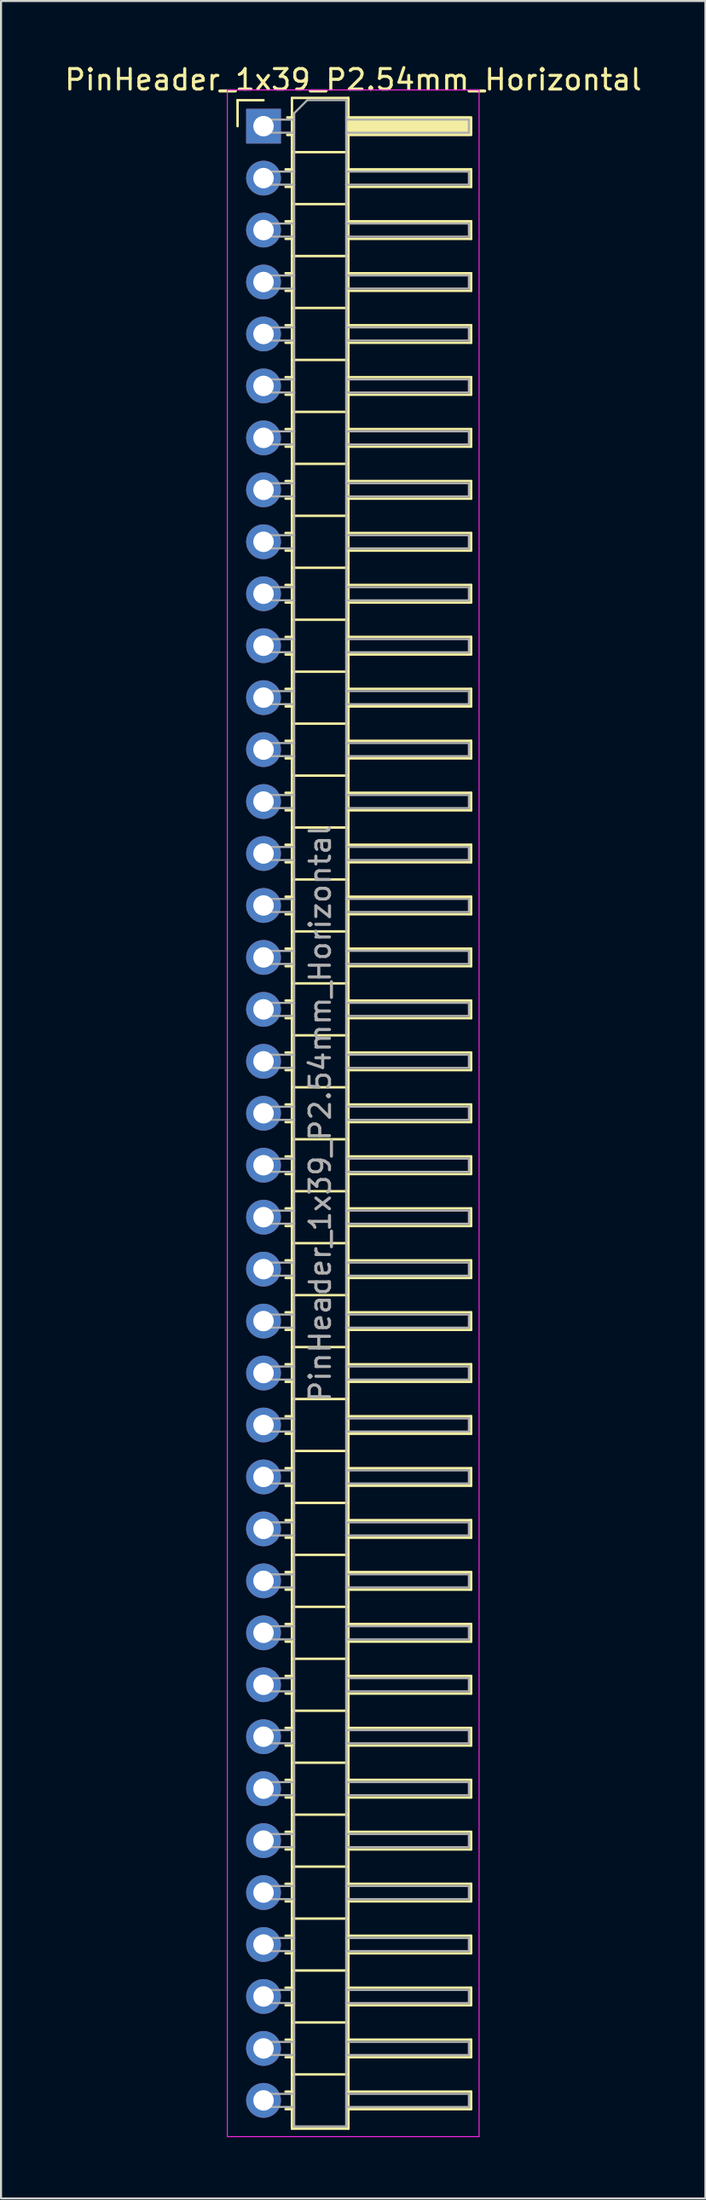
<source format=kicad_pcb>
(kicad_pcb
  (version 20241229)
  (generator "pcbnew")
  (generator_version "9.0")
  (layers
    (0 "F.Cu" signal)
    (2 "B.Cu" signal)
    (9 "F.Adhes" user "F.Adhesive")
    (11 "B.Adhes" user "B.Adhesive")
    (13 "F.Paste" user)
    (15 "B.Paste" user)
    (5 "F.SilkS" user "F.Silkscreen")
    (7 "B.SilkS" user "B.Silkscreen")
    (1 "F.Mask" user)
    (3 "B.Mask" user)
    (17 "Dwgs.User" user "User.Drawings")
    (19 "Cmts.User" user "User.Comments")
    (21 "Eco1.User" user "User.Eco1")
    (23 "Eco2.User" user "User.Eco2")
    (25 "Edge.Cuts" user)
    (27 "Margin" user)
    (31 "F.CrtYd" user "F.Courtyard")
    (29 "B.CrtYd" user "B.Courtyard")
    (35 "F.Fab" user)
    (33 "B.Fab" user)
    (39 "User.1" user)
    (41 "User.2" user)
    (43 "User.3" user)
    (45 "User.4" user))
  (footprint "PinHeader_1x39_P2.54mm_Horizontal"
    (layer "F.Cu")
    (at 9.835 3.118)
    (property "Reference" "PinHeader_1x39_P2.54mm_Horizontal" (at 4.385 -2.27 0) (layer "F.SilkS") (effects (font (size 1 1) (thickness 0.15))))
    (attr through_hole)
    (fp_line (start -1.27 -1.27) (end 0 -1.27) (stroke (width 0.12) (type solid)) (layer "F.SilkS"))
    (fp_line (start -1.27 0) (end -1.27 -1.27) (stroke (width 0.12) (type solid)) (layer "F.SilkS"))
    (fp_line (start 1.077 2.11) (end 1.39 2.11) (stroke (width 0.12) (type solid)) (layer "F.SilkS"))
    (fp_line (start 1.077 2.97) (end 1.39 2.97) (stroke (width 0.12) (type solid)) (layer "F.SilkS"))
    (fp_line (start 1.077 4.65) (end 1.39 4.65) (stroke (width 0.12) (type solid)) (layer "F.SilkS"))
    (fp_line (start 1.077 5.51) (end 1.39 5.51) (stroke (width 0.12) (type solid)) (layer "F.SilkS"))
    (fp_line (start 1.077 7.19) (end 1.39 7.19) (stroke (width 0.12) (type solid)) (layer "F.SilkS"))
    (fp_line (start 1.077 8.05) (end 1.39 8.05) (stroke (width 0.12) (type solid)) (layer "F.SilkS"))
    (fp_line (start 1.077 9.73) (end 1.39 9.73) (stroke (width 0.12) (type solid)) (layer "F.SilkS"))
    (fp_line (start 1.077 10.59) (end 1.39 10.59) (stroke (width 0.12) (type solid)) (layer "F.SilkS"))
    (fp_line (start 1.077 12.27) (end 1.39 12.27) (stroke (width 0.12) (type solid)) (layer "F.SilkS"))
    (fp_line (start 1.077 13.13) (end 1.39 13.13) (stroke (width 0.12) (type solid)) (layer "F.SilkS"))
    (fp_line (start 1.077 14.81) (end 1.39 14.81) (stroke (width 0.12) (type solid)) (layer "F.SilkS"))
    (fp_line (start 1.077 15.67) (end 1.39 15.67) (stroke (width 0.12) (type solid)) (layer "F.SilkS"))
    (fp_line (start 1.077 17.35) (end 1.39 17.35) (stroke (width 0.12) (type solid)) (layer "F.SilkS"))
    (fp_line (start 1.077 18.21) (end 1.39 18.21) (stroke (width 0.12) (type solid)) (layer "F.SilkS"))
    (fp_line (start 1.077 19.89) (end 1.39 19.89) (stroke (width 0.12) (type solid)) (layer "F.SilkS"))
    (fp_line (start 1.077 20.75) (end 1.39 20.75) (stroke (width 0.12) (type solid)) (layer "F.SilkS"))
    (fp_line (start 1.077 22.43) (end 1.39 22.43) (stroke (width 0.12) (type solid)) (layer "F.SilkS"))
    (fp_line (start 1.077 23.29) (end 1.39 23.29) (stroke (width 0.12) (type solid)) (layer "F.SilkS"))
    (fp_line (start 1.077 24.97) (end 1.39 24.97) (stroke (width 0.12) (type solid)) (layer "F.SilkS"))
    (fp_line (start 1.077 25.83) (end 1.39 25.83) (stroke (width 0.12) (type solid)) (layer "F.SilkS"))
    (fp_line (start 1.077 27.51) (end 1.39 27.51) (stroke (width 0.12) (type solid)) (layer "F.SilkS"))
    (fp_line (start 1.077 28.37) (end 1.39 28.37) (stroke (width 0.12) (type solid)) (layer "F.SilkS"))
    (fp_line (start 1.077 30.05) (end 1.39 30.05) (stroke (width 0.12) (type solid)) (layer "F.SilkS"))
    (fp_line (start 1.077 30.91) (end 1.39 30.91) (stroke (width 0.12) (type solid)) (layer "F.SilkS"))
    (fp_line (start 1.077 32.59) (end 1.39 32.59) (stroke (width 0.12) (type solid)) (layer "F.SilkS"))
    (fp_line (start 1.077 33.45) (end 1.39 33.45) (stroke (width 0.12) (type solid)) (layer "F.SilkS"))
    (fp_line (start 1.077 35.13) (end 1.39 35.13) (stroke (width 0.12) (type solid)) (layer "F.SilkS"))
    (fp_line (start 1.077 35.99) (end 1.39 35.99) (stroke (width 0.12) (type solid)) (layer "F.SilkS"))
    (fp_line (start 1.077 37.67) (end 1.39 37.67) (stroke (width 0.12) (type solid)) (layer "F.SilkS"))
    (fp_line (start 1.077 38.53) (end 1.39 38.53) (stroke (width 0.12) (type solid)) (layer "F.SilkS"))
    (fp_line (start 1.077 40.21) (end 1.39 40.21) (stroke (width 0.12) (type solid)) (layer "F.SilkS"))
    (fp_line (start 1.077 41.07) (end 1.39 41.07) (stroke (width 0.12) (type solid)) (layer "F.SilkS"))
    (fp_line (start 1.077 42.75) (end 1.39 42.75) (stroke (width 0.12) (type solid)) (layer "F.SilkS"))
    (fp_line (start 1.077 43.61) (end 1.39 43.61) (stroke (width 0.12) (type solid)) (layer "F.SilkS"))
    (fp_line (start 1.077 45.29) (end 1.39 45.29) (stroke (width 0.12) (type solid)) (layer "F.SilkS"))
    (fp_line (start 1.077 46.15) (end 1.39 46.15) (stroke (width 0.12) (type solid)) (layer "F.SilkS"))
    (fp_line (start 1.077 47.83) (end 1.39 47.83) (stroke (width 0.12) (type solid)) (layer "F.SilkS"))
    (fp_line (start 1.077 48.69) (end 1.39 48.69) (stroke (width 0.12) (type solid)) (layer "F.SilkS"))
    (fp_line (start 1.077 50.37) (end 1.39 50.37) (stroke (width 0.12) (type solid)) (layer "F.SilkS"))
    (fp_line (start 1.077 51.23) (end 1.39 51.23) (stroke (width 0.12) (type solid)) (layer "F.SilkS"))
    (fp_line (start 1.077 52.91) (end 1.39 52.91) (stroke (width 0.12) (type solid)) (layer "F.SilkS"))
    (fp_line (start 1.077 53.77) (end 1.39 53.77) (stroke (width 0.12) (type solid)) (layer "F.SilkS"))
    (fp_line (start 1.077 55.45) (end 1.39 55.45) (stroke (width 0.12) (type solid)) (layer "F.SilkS"))
    (fp_line (start 1.077 56.31) (end 1.39 56.31) (stroke (width 0.12) (type solid)) (layer "F.SilkS"))
    (fp_line (start 1.077 57.99) (end 1.39 57.99) (stroke (width 0.12) (type solid)) (layer "F.SilkS"))
    (fp_line (start 1.077 58.85) (end 1.39 58.85) (stroke (width 0.12) (type solid)) (layer "F.SilkS"))
    (fp_line (start 1.077 60.53) (end 1.39 60.53) (stroke (width 0.12) (type solid)) (layer "F.SilkS"))
    (fp_line (start 1.077 61.39) (end 1.39 61.39) (stroke (width 0.12) (type solid)) (layer "F.SilkS"))
    (fp_line (start 1.077 63.07) (end 1.39 63.07) (stroke (width 0.12) (type solid)) (layer "F.SilkS"))
    (fp_line (start 1.077 63.93) (end 1.39 63.93) (stroke (width 0.12) (type solid)) (layer "F.SilkS"))
    (fp_line (start 1.077 65.61) (end 1.39 65.61) (stroke (width 0.12) (type solid)) (layer "F.SilkS"))
    (fp_line (start 1.077 66.47) (end 1.39 66.47) (stroke (width 0.12) (type solid)) (layer "F.SilkS"))
    (fp_line (start 1.077 68.15) (end 1.39 68.15) (stroke (width 0.12) (type solid)) (layer "F.SilkS"))
    (fp_line (start 1.077 69.01) (end 1.39 69.01) (stroke (width 0.12) (type solid)) (layer "F.SilkS"))
    (fp_line (start 1.077 70.69) (end 1.39 70.69) (stroke (width 0.12) (type solid)) (layer "F.SilkS"))
    (fp_line (start 1.077 71.55) (end 1.39 71.55) (stroke (width 0.12) (type solid)) (layer "F.SilkS"))
    (fp_line (start 1.077 73.23) (end 1.39 73.23) (stroke (width 0.12) (type solid)) (layer "F.SilkS"))
    (fp_line (start 1.077 74.09) (end 1.39 74.09) (stroke (width 0.12) (type solid)) (layer "F.SilkS"))
    (fp_line (start 1.077 75.77) (end 1.39 75.77) (stroke (width 0.12) (type solid)) (layer "F.SilkS"))
    (fp_line (start 1.077 76.63) (end 1.39 76.63) (stroke (width 0.12) (type solid)) (layer "F.SilkS"))
    (fp_line (start 1.077 78.31) (end 1.39 78.31) (stroke (width 0.12) (type solid)) (layer "F.SilkS"))
    (fp_line (start 1.077 79.17) (end 1.39 79.17) (stroke (width 0.12) (type solid)) (layer "F.SilkS"))
    (fp_line (start 1.077 80.85) (end 1.39 80.85) (stroke (width 0.12) (type solid)) (layer "F.SilkS"))
    (fp_line (start 1.077 81.71) (end 1.39 81.71) (stroke (width 0.12) (type solid)) (layer "F.SilkS"))
    (fp_line (start 1.077 83.39) (end 1.39 83.39) (stroke (width 0.12) (type solid)) (layer "F.SilkS"))
    (fp_line (start 1.077 84.25) (end 1.39 84.25) (stroke (width 0.12) (type solid)) (layer "F.SilkS"))
    (fp_line (start 1.077 85.93) (end 1.39 85.93) (stroke (width 0.12) (type solid)) (layer "F.SilkS"))
    (fp_line (start 1.077 86.79) (end 1.39 86.79) (stroke (width 0.12) (type solid)) (layer "F.SilkS"))
    (fp_line (start 1.077 88.47) (end 1.39 88.47) (stroke (width 0.12) (type solid)) (layer "F.SilkS"))
    (fp_line (start 1.077 89.33) (end 1.39 89.33) (stroke (width 0.12) (type solid)) (layer "F.SilkS"))
    (fp_line (start 1.077 91.01) (end 1.39 91.01) (stroke (width 0.12) (type solid)) (layer "F.SilkS"))
    (fp_line (start 1.077 91.87) (end 1.39 91.87) (stroke (width 0.12) (type solid)) (layer "F.SilkS"))
    (fp_line (start 1.077 93.55) (end 1.39 93.55) (stroke (width 0.12) (type solid)) (layer "F.SilkS"))
    (fp_line (start 1.077 94.41) (end 1.39 94.41) (stroke (width 0.12) (type solid)) (layer "F.SilkS"))
    (fp_line (start 1.077 96.09) (end 1.39 96.09) (stroke (width 0.12) (type solid)) (layer "F.SilkS"))
    (fp_line (start 1.077 96.95) (end 1.39 96.95) (stroke (width 0.12) (type solid)) (layer "F.SilkS"))
    (fp_line (start 1.16 -0.43) (end 1.39 -0.43) (stroke (width 0.12) (type solid)) (layer "F.SilkS"))
    (fp_line (start 1.16 0.43) (end 1.39 0.43) (stroke (width 0.12) (type solid)) (layer "F.SilkS"))
    (fp_line (start 1.39 -1.38) (end 1.39 97.9) (stroke (width 0.12) (type solid)) (layer "F.SilkS"))
    (fp_line (start 1.39 1.27) (end 4.15 1.27) (stroke (width 0.12) (type solid)) (layer "F.SilkS"))
    (fp_line (start 1.39 3.81) (end 4.15 3.81) (stroke (width 0.12) (type solid)) (layer "F.SilkS"))
    (fp_line (start 1.39 6.35) (end 4.15 6.35) (stroke (width 0.12) (type solid)) (layer "F.SilkS"))
    (fp_line (start 1.39 8.89) (end 4.15 8.89) (stroke (width 0.12) (type solid)) (layer "F.SilkS"))
    (fp_line (start 1.39 11.43) (end 4.15 11.43) (stroke (width 0.12) (type solid)) (layer "F.SilkS"))
    (fp_line (start 1.39 13.97) (end 4.15 13.97) (stroke (width 0.12) (type solid)) (layer "F.SilkS"))
    (fp_line (start 1.39 16.51) (end 4.15 16.51) (stroke (width 0.12) (type solid)) (layer "F.SilkS"))
    (fp_line (start 1.39 19.05) (end 4.15 19.05) (stroke (width 0.12) (type solid)) (layer "F.SilkS"))
    (fp_line (start 1.39 21.59) (end 4.15 21.59) (stroke (width 0.12) (type solid)) (layer "F.SilkS"))
    (fp_line (start 1.39 24.13) (end 4.15 24.13) (stroke (width 0.12) (type solid)) (layer "F.SilkS"))
    (fp_line (start 1.39 26.67) (end 4.15 26.67) (stroke (width 0.12) (type solid)) (layer "F.SilkS"))
    (fp_line (start 1.39 29.21) (end 4.15 29.21) (stroke (width 0.12) (type solid)) (layer "F.SilkS"))
    (fp_line (start 1.39 31.75) (end 4.15 31.75) (stroke (width 0.12) (type solid)) (layer "F.SilkS"))
    (fp_line (start 1.39 34.29) (end 4.15 34.29) (stroke (width 0.12) (type solid)) (layer "F.SilkS"))
    (fp_line (start 1.39 36.83) (end 4.15 36.83) (stroke (width 0.12) (type solid)) (layer "F.SilkS"))
    (fp_line (start 1.39 39.37) (end 4.15 39.37) (stroke (width 0.12) (type solid)) (layer "F.SilkS"))
    (fp_line (start 1.39 41.91) (end 4.15 41.91) (stroke (width 0.12) (type solid)) (layer "F.SilkS"))
    (fp_line (start 1.39 44.45) (end 4.15 44.45) (stroke (width 0.12) (type solid)) (layer "F.SilkS"))
    (fp_line (start 1.39 46.99) (end 4.15 46.99) (stroke (width 0.12) (type solid)) (layer "F.SilkS"))
    (fp_line (start 1.39 49.53) (end 4.15 49.53) (stroke (width 0.12) (type solid)) (layer "F.SilkS"))
    (fp_line (start 1.39 52.07) (end 4.15 52.07) (stroke (width 0.12) (type solid)) (layer "F.SilkS"))
    (fp_line (start 1.39 54.61) (end 4.15 54.61) (stroke (width 0.12) (type solid)) (layer "F.SilkS"))
    (fp_line (start 1.39 57.15) (end 4.15 57.15) (stroke (width 0.12) (type solid)) (layer "F.SilkS"))
    (fp_line (start 1.39 59.69) (end 4.15 59.69) (stroke (width 0.12) (type solid)) (layer "F.SilkS"))
    (fp_line (start 1.39 62.23) (end 4.15 62.23) (stroke (width 0.12) (type solid)) (layer "F.SilkS"))
    (fp_line (start 1.39 64.77) (end 4.15 64.77) (stroke (width 0.12) (type solid)) (layer "F.SilkS"))
    (fp_line (start 1.39 67.31) (end 4.15 67.31) (stroke (width 0.12) (type solid)) (layer "F.SilkS"))
    (fp_line (start 1.39 69.85) (end 4.15 69.85) (stroke (width 0.12) (type solid)) (layer "F.SilkS"))
    (fp_line (start 1.39 72.39) (end 4.15 72.39) (stroke (width 0.12) (type solid)) (layer "F.SilkS"))
    (fp_line (start 1.39 74.93) (end 4.15 74.93) (stroke (width 0.12) (type solid)) (layer "F.SilkS"))
    (fp_line (start 1.39 77.47) (end 4.15 77.47) (stroke (width 0.12) (type solid)) (layer "F.SilkS"))
    (fp_line (start 1.39 80.01) (end 4.15 80.01) (stroke (width 0.12) (type solid)) (layer "F.SilkS"))
    (fp_line (start 1.39 82.55) (end 4.15 82.55) (stroke (width 0.12) (type solid)) (layer "F.SilkS"))
    (fp_line (start 1.39 85.09) (end 4.15 85.09) (stroke (width 0.12) (type solid)) (layer "F.SilkS"))
    (fp_line (start 1.39 87.63) (end 4.15 87.63) (stroke (width 0.12) (type solid)) (layer "F.SilkS"))
    (fp_line (start 1.39 90.17) (end 4.15 90.17) (stroke (width 0.12) (type solid)) (layer "F.SilkS"))
    (fp_line (start 1.39 92.71) (end 4.15 92.71) (stroke (width 0.12) (type solid)) (layer "F.SilkS"))
    (fp_line (start 1.39 95.25) (end 4.15 95.25) (stroke (width 0.12) (type solid)) (layer "F.SilkS"))
    (fp_line (start 1.39 97.9) (end 4.15 97.9) (stroke (width 0.12) (type solid)) (layer "F.SilkS"))
    (fp_line (start 4.15 -1.38) (end 1.39 -1.38) (stroke (width 0.12) (type solid)) (layer "F.SilkS"))
    (fp_line (start 4.15 2.11) (end 10.15 2.11) (stroke (width 0.12) (type solid)) (layer "F.SilkS"))
    (fp_line (start 4.15 4.65) (end 10.15 4.65) (stroke (width 0.12) (type solid)) (layer "F.SilkS"))
    (fp_line (start 4.15 7.19) (end 10.15 7.19) (stroke (width 0.12) (type solid)) (layer "F.SilkS"))
    (fp_line (start 4.15 9.73) (end 10.15 9.73) (stroke (width 0.12) (type solid)) (layer "F.SilkS"))
    (fp_line (start 4.15 12.27) (end 10.15 12.27) (stroke (width 0.12) (type solid)) (layer "F.SilkS"))
    (fp_line (start 4.15 14.81) (end 10.15 14.81) (stroke (width 0.12) (type solid)) (layer "F.SilkS"))
    (fp_line (start 4.15 17.35) (end 10.15 17.35) (stroke (width 0.12) (type solid)) (layer "F.SilkS"))
    (fp_line (start 4.15 19.89) (end 10.15 19.89) (stroke (width 0.12) (type solid)) (layer "F.SilkS"))
    (fp_line (start 4.15 22.43) (end 10.15 22.43) (stroke (width 0.12) (type solid)) (layer "F.SilkS"))
    (fp_line (start 4.15 24.97) (end 10.15 24.97) (stroke (width 0.12) (type solid)) (layer "F.SilkS"))
    (fp_line (start 4.15 27.51) (end 10.15 27.51) (stroke (width 0.12) (type solid)) (layer "F.SilkS"))
    (fp_line (start 4.15 30.05) (end 10.15 30.05) (stroke (width 0.12) (type solid)) (layer "F.SilkS"))
    (fp_line (start 4.15 32.59) (end 10.15 32.59) (stroke (width 0.12) (type solid)) (layer "F.SilkS"))
    (fp_line (start 4.15 35.13) (end 10.15 35.13) (stroke (width 0.12) (type solid)) (layer "F.SilkS"))
    (fp_line (start 4.15 37.67) (end 10.15 37.67) (stroke (width 0.12) (type solid)) (layer "F.SilkS"))
    (fp_line (start 4.15 40.21) (end 10.15 40.21) (stroke (width 0.12) (type solid)) (layer "F.SilkS"))
    (fp_line (start 4.15 42.75) (end 10.15 42.75) (stroke (width 0.12) (type solid)) (layer "F.SilkS"))
    (fp_line (start 4.15 45.29) (end 10.15 45.29) (stroke (width 0.12) (type solid)) (layer "F.SilkS"))
    (fp_line (start 4.15 47.83) (end 10.15 47.83) (stroke (width 0.12) (type solid)) (layer "F.SilkS"))
    (fp_line (start 4.15 50.37) (end 10.15 50.37) (stroke (width 0.12) (type solid)) (layer "F.SilkS"))
    (fp_line (start 4.15 52.91) (end 10.15 52.91) (stroke (width 0.12) (type solid)) (layer "F.SilkS"))
    (fp_line (start 4.15 55.45) (end 10.15 55.45) (stroke (width 0.12) (type solid)) (layer "F.SilkS"))
    (fp_line (start 4.15 57.99) (end 10.15 57.99) (stroke (width 0.12) (type solid)) (layer "F.SilkS"))
    (fp_line (start 4.15 60.53) (end 10.15 60.53) (stroke (width 0.12) (type solid)) (layer "F.SilkS"))
    (fp_line (start 4.15 63.07) (end 10.15 63.07) (stroke (width 0.12) (type solid)) (layer "F.SilkS"))
    (fp_line (start 4.15 65.61) (end 10.15 65.61) (stroke (width 0.12) (type solid)) (layer "F.SilkS"))
    (fp_line (start 4.15 68.15) (end 10.15 68.15) (stroke (width 0.12) (type solid)) (layer "F.SilkS"))
    (fp_line (start 4.15 70.69) (end 10.15 70.69) (stroke (width 0.12) (type solid)) (layer "F.SilkS"))
    (fp_line (start 4.15 73.23) (end 10.15 73.23) (stroke (width 0.12) (type solid)) (layer "F.SilkS"))
    (fp_line (start 4.15 75.77) (end 10.15 75.77) (stroke (width 0.12) (type solid)) (layer "F.SilkS"))
    (fp_line (start 4.15 78.31) (end 10.15 78.31) (stroke (width 0.12) (type solid)) (layer "F.SilkS"))
    (fp_line (start 4.15 80.85) (end 10.15 80.85) (stroke (width 0.12) (type solid)) (layer "F.SilkS"))
    (fp_line (start 4.15 83.39) (end 10.15 83.39) (stroke (width 0.12) (type solid)) (layer "F.SilkS"))
    (fp_line (start 4.15 85.93) (end 10.15 85.93) (stroke (width 0.12) (type solid)) (layer "F.SilkS"))
    (fp_line (start 4.15 88.47) (end 10.15 88.47) (stroke (width 0.12) (type solid)) (layer "F.SilkS"))
    (fp_line (start 4.15 91.01) (end 10.15 91.01) (stroke (width 0.12) (type solid)) (layer "F.SilkS"))
    (fp_line (start 4.15 93.55) (end 10.15 93.55) (stroke (width 0.12) (type solid)) (layer "F.SilkS"))
    (fp_line (start 4.15 96.09) (end 10.15 96.09) (stroke (width 0.12) (type solid)) (layer "F.SilkS"))
    (fp_line (start 4.15 97.9) (end 4.15 -1.38) (stroke (width 0.12) (type solid)) (layer "F.SilkS"))
    (fp_line (start 10.15 2.11) (end 10.15 2.97) (stroke (width 0.12) (type solid)) (layer "F.SilkS"))
    (fp_line (start 10.15 2.97) (end 4.15 2.97) (stroke (width 0.12) (type solid)) (layer "F.SilkS"))
    (fp_line (start 10.15 4.65) (end 10.15 5.51) (stroke (width 0.12) (type solid)) (layer "F.SilkS"))
    (fp_line (start 10.15 5.51) (end 4.15 5.51) (stroke (width 0.12) (type solid)) (layer "F.SilkS"))
    (fp_line (start 10.15 7.19) (end 10.15 8.05) (stroke (width 0.12) (type solid)) (layer "F.SilkS"))
    (fp_line (start 10.15 8.05) (end 4.15 8.05) (stroke (width 0.12) (type solid)) (layer "F.SilkS"))
    (fp_line (start 10.15 9.73) (end 10.15 10.59) (stroke (width 0.12) (type solid)) (layer "F.SilkS"))
    (fp_line (start 10.15 10.59) (end 4.15 10.59) (stroke (width 0.12) (type solid)) (layer "F.SilkS"))
    (fp_line (start 10.15 12.27) (end 10.15 13.13) (stroke (width 0.12) (type solid)) (layer "F.SilkS"))
    (fp_line (start 10.15 13.13) (end 4.15 13.13) (stroke (width 0.12) (type solid)) (layer "F.SilkS"))
    (fp_line (start 10.15 14.81) (end 10.15 15.67) (stroke (width 0.12) (type solid)) (layer "F.SilkS"))
    (fp_line (start 10.15 15.67) (end 4.15 15.67) (stroke (width 0.12) (type solid)) (layer "F.SilkS"))
    (fp_line (start 10.15 17.35) (end 10.15 18.21) (stroke (width 0.12) (type solid)) (layer "F.SilkS"))
    (fp_line (start 10.15 18.21) (end 4.15 18.21) (stroke (width 0.12) (type solid)) (layer "F.SilkS"))
    (fp_line (start 10.15 19.89) (end 10.15 20.75) (stroke (width 0.12) (type solid)) (layer "F.SilkS"))
    (fp_line (start 10.15 20.75) (end 4.15 20.75) (stroke (width 0.12) (type solid)) (layer "F.SilkS"))
    (fp_line (start 10.15 22.43) (end 10.15 23.29) (stroke (width 0.12) (type solid)) (layer "F.SilkS"))
    (fp_line (start 10.15 23.29) (end 4.15 23.29) (stroke (width 0.12) (type solid)) (layer "F.SilkS"))
    (fp_line (start 10.15 24.97) (end 10.15 25.83) (stroke (width 0.12) (type solid)) (layer "F.SilkS"))
    (fp_line (start 10.15 25.83) (end 4.15 25.83) (stroke (width 0.12) (type solid)) (layer "F.SilkS"))
    (fp_line (start 10.15 27.51) (end 10.15 28.37) (stroke (width 0.12) (type solid)) (layer "F.SilkS"))
    (fp_line (start 10.15 28.37) (end 4.15 28.37) (stroke (width 0.12) (type solid)) (layer "F.SilkS"))
    (fp_line (start 10.15 30.05) (end 10.15 30.91) (stroke (width 0.12) (type solid)) (layer "F.SilkS"))
    (fp_line (start 10.15 30.91) (end 4.15 30.91) (stroke (width 0.12) (type solid)) (layer "F.SilkS"))
    (fp_line (start 10.15 32.59) (end 10.15 33.45) (stroke (width 0.12) (type solid)) (layer "F.SilkS"))
    (fp_line (start 10.15 33.45) (end 4.15 33.45) (stroke (width 0.12) (type solid)) (layer "F.SilkS"))
    (fp_line (start 10.15 35.13) (end 10.15 35.99) (stroke (width 0.12) (type solid)) (layer "F.SilkS"))
    (fp_line (start 10.15 35.99) (end 4.15 35.99) (stroke (width 0.12) (type solid)) (layer "F.SilkS"))
    (fp_line (start 10.15 37.67) (end 10.15 38.53) (stroke (width 0.12) (type solid)) (layer "F.SilkS"))
    (fp_line (start 10.15 38.53) (end 4.15 38.53) (stroke (width 0.12) (type solid)) (layer "F.SilkS"))
    (fp_line (start 10.15 40.21) (end 10.15 41.07) (stroke (width 0.12) (type solid)) (layer "F.SilkS"))
    (fp_line (start 10.15 41.07) (end 4.15 41.07) (stroke (width 0.12) (type solid)) (layer "F.SilkS"))
    (fp_line (start 10.15 42.75) (end 10.15 43.61) (stroke (width 0.12) (type solid)) (layer "F.SilkS"))
    (fp_line (start 10.15 43.61) (end 4.15 43.61) (stroke (width 0.12) (type solid)) (layer "F.SilkS"))
    (fp_line (start 10.15 45.29) (end 10.15 46.15) (stroke (width 0.12) (type solid)) (layer "F.SilkS"))
    (fp_line (start 10.15 46.15) (end 4.15 46.15) (stroke (width 0.12) (type solid)) (layer "F.SilkS"))
    (fp_line (start 10.15 47.83) (end 10.15 48.69) (stroke (width 0.12) (type solid)) (layer "F.SilkS"))
    (fp_line (start 10.15 48.69) (end 4.15 48.69) (stroke (width 0.12) (type solid)) (layer "F.SilkS"))
    (fp_line (start 10.15 50.37) (end 10.15 51.23) (stroke (width 0.12) (type solid)) (layer "F.SilkS"))
    (fp_line (start 10.15 51.23) (end 4.15 51.23) (stroke (width 0.12) (type solid)) (layer "F.SilkS"))
    (fp_line (start 10.15 52.91) (end 10.15 53.77) (stroke (width 0.12) (type solid)) (layer "F.SilkS"))
    (fp_line (start 10.15 53.77) (end 4.15 53.77) (stroke (width 0.12) (type solid)) (layer "F.SilkS"))
    (fp_line (start 10.15 55.45) (end 10.15 56.31) (stroke (width 0.12) (type solid)) (layer "F.SilkS"))
    (fp_line (start 10.15 56.31) (end 4.15 56.31) (stroke (width 0.12) (type solid)) (layer "F.SilkS"))
    (fp_line (start 10.15 57.99) (end 10.15 58.85) (stroke (width 0.12) (type solid)) (layer "F.SilkS"))
    (fp_line (start 10.15 58.85) (end 4.15 58.85) (stroke (width 0.12) (type solid)) (layer "F.SilkS"))
    (fp_line (start 10.15 60.53) (end 10.15 61.39) (stroke (width 0.12) (type solid)) (layer "F.SilkS"))
    (fp_line (start 10.15 61.39) (end 4.15 61.39) (stroke (width 0.12) (type solid)) (layer "F.SilkS"))
    (fp_line (start 10.15 63.07) (end 10.15 63.93) (stroke (width 0.12) (type solid)) (layer "F.SilkS"))
    (fp_line (start 10.15 63.93) (end 4.15 63.93) (stroke (width 0.12) (type solid)) (layer "F.SilkS"))
    (fp_line (start 10.15 65.61) (end 10.15 66.47) (stroke (width 0.12) (type solid)) (layer "F.SilkS"))
    (fp_line (start 10.15 66.47) (end 4.15 66.47) (stroke (width 0.12) (type solid)) (layer "F.SilkS"))
    (fp_line (start 10.15 68.15) (end 10.15 69.01) (stroke (width 0.12) (type solid)) (layer "F.SilkS"))
    (fp_line (start 10.15 69.01) (end 4.15 69.01) (stroke (width 0.12) (type solid)) (layer "F.SilkS"))
    (fp_line (start 10.15 70.69) (end 10.15 71.55) (stroke (width 0.12) (type solid)) (layer "F.SilkS"))
    (fp_line (start 10.15 71.55) (end 4.15 71.55) (stroke (width 0.12) (type solid)) (layer "F.SilkS"))
    (fp_line (start 10.15 73.23) (end 10.15 74.09) (stroke (width 0.12) (type solid)) (layer "F.SilkS"))
    (fp_line (start 10.15 74.09) (end 4.15 74.09) (stroke (width 0.12) (type solid)) (layer "F.SilkS"))
    (fp_line (start 10.15 75.77) (end 10.15 76.63) (stroke (width 0.12) (type solid)) (layer "F.SilkS"))
    (fp_line (start 10.15 76.63) (end 4.15 76.63) (stroke (width 0.12) (type solid)) (layer "F.SilkS"))
    (fp_line (start 10.15 78.31) (end 10.15 79.17) (stroke (width 0.12) (type solid)) (layer "F.SilkS"))
    (fp_line (start 10.15 79.17) (end 4.15 79.17) (stroke (width 0.12) (type solid)) (layer "F.SilkS"))
    (fp_line (start 10.15 80.85) (end 10.15 81.71) (stroke (width 0.12) (type solid)) (layer "F.SilkS"))
    (fp_line (start 10.15 81.71) (end 4.15 81.71) (stroke (width 0.12) (type solid)) (layer "F.SilkS"))
    (fp_line (start 10.15 83.39) (end 10.15 84.25) (stroke (width 0.12) (type solid)) (layer "F.SilkS"))
    (fp_line (start 10.15 84.25) (end 4.15 84.25) (stroke (width 0.12) (type solid)) (layer "F.SilkS"))
    (fp_line (start 10.15 85.93) (end 10.15 86.79) (stroke (width 0.12) (type solid)) (layer "F.SilkS"))
    (fp_line (start 10.15 86.79) (end 4.15 86.79) (stroke (width 0.12) (type solid)) (layer "F.SilkS"))
    (fp_line (start 10.15 88.47) (end 10.15 89.33) (stroke (width 0.12) (type solid)) (layer "F.SilkS"))
    (fp_line (start 10.15 89.33) (end 4.15 89.33) (stroke (width 0.12) (type solid)) (layer "F.SilkS"))
    (fp_line (start 10.15 91.01) (end 10.15 91.87) (stroke (width 0.12) (type solid)) (layer "F.SilkS"))
    (fp_line (start 10.15 91.87) (end 4.15 91.87) (stroke (width 0.12) (type solid)) (layer "F.SilkS"))
    (fp_line (start 10.15 93.55) (end 10.15 94.41) (stroke (width 0.12) (type solid)) (layer "F.SilkS"))
    (fp_line (start 10.15 94.41) (end 4.15 94.41) (stroke (width 0.12) (type solid)) (layer "F.SilkS"))
    (fp_line (start 10.15 96.09) (end 10.15 96.95) (stroke (width 0.12) (type solid)) (layer "F.SilkS"))
    (fp_line (start 10.15 96.95) (end 4.15 96.95) (stroke (width 0.12) (type solid)) (layer "F.SilkS"))
    (fp_rect (start 4.15 -0.43) (end 10.15 0.43) (stroke (width 0.12) (type solid)) (fill yes) (layer "F.SilkS"))
    (fp_line (start -1.77 -1.77) (end -1.77 98.29) (stroke (width 0.05) (type solid)) (layer "F.CrtYd"))
    (fp_line (start -1.77 98.29) (end 10.54 98.29) (stroke (width 0.05) (type solid)) (layer "F.CrtYd"))
    (fp_line (start 10.54 -1.77) (end -1.77 -1.77) (stroke (width 0.05) (type solid)) (layer "F.CrtYd"))
    (fp_line (start 10.54 98.29) (end 10.54 -1.77) (stroke (width 0.05) (type solid)) (layer "F.CrtYd"))
    (fp_line (start -0.32 -0.32) (end -0.32 0.32) (stroke (width 0.1) (type solid)) (layer "F.Fab"))
    (fp_line (start -0.32 -0.32) (end 1.5 -0.32) (stroke (width 0.1) (type solid)) (layer "F.Fab"))
    (fp_line (start -0.32 0.32) (end 1.5 0.32) (stroke (width 0.1) (type solid)) (layer "F.Fab"))
    (fp_line (start -0.32 2.22) (end -0.32 2.86) (stroke (width 0.1) (type solid)) (layer "F.Fab"))
    (fp_line (start -0.32 2.22) (end 1.5 2.22) (stroke (width 0.1) (type solid)) (layer "F.Fab"))
    (fp_line (start -0.32 2.86) (end 1.5 2.86) (stroke (width 0.1) (type solid)) (layer "F.Fab"))
    (fp_line (start -0.32 4.76) (end -0.32 5.4) (stroke (width 0.1) (type solid)) (layer "F.Fab"))
    (fp_line (start -0.32 4.76) (end 1.5 4.76) (stroke (width 0.1) (type solid)) (layer "F.Fab"))
    (fp_line (start -0.32 5.4) (end 1.5 5.4) (stroke (width 0.1) (type solid)) (layer "F.Fab"))
    (fp_line (start -0.32 7.3) (end -0.32 7.94) (stroke (width 0.1) (type solid)) (layer "F.Fab"))
    (fp_line (start -0.32 7.3) (end 1.5 7.3) (stroke (width 0.1) (type solid)) (layer "F.Fab"))
    (fp_line (start -0.32 7.94) (end 1.5 7.94) (stroke (width 0.1) (type solid)) (layer "F.Fab"))
    (fp_line (start -0.32 9.84) (end -0.32 10.48) (stroke (width 0.1) (type solid)) (layer "F.Fab"))
    (fp_line (start -0.32 9.84) (end 1.5 9.84) (stroke (width 0.1) (type solid)) (layer "F.Fab"))
    (fp_line (start -0.32 10.48) (end 1.5 10.48) (stroke (width 0.1) (type solid)) (layer "F.Fab"))
    (fp_line (start -0.32 12.38) (end -0.32 13.02) (stroke (width 0.1) (type solid)) (layer "F.Fab"))
    (fp_line (start -0.32 12.38) (end 1.5 12.38) (stroke (width 0.1) (type solid)) (layer "F.Fab"))
    (fp_line (start -0.32 13.02) (end 1.5 13.02) (stroke (width 0.1) (type solid)) (layer "F.Fab"))
    (fp_line (start -0.32 14.92) (end -0.32 15.56) (stroke (width 0.1) (type solid)) (layer "F.Fab"))
    (fp_line (start -0.32 14.92) (end 1.5 14.92) (stroke (width 0.1) (type solid)) (layer "F.Fab"))
    (fp_line (start -0.32 15.56) (end 1.5 15.56) (stroke (width 0.1) (type solid)) (layer "F.Fab"))
    (fp_line (start -0.32 17.46) (end -0.32 18.1) (stroke (width 0.1) (type solid)) (layer "F.Fab"))
    (fp_line (start -0.32 17.46) (end 1.5 17.46) (stroke (width 0.1) (type solid)) (layer "F.Fab"))
    (fp_line (start -0.32 18.1) (end 1.5 18.1) (stroke (width 0.1) (type solid)) (layer "F.Fab"))
    (fp_line (start -0.32 20) (end -0.32 20.64) (stroke (width 0.1) (type solid)) (layer "F.Fab"))
    (fp_line (start -0.32 20) (end 1.5 20) (stroke (width 0.1) (type solid)) (layer "F.Fab"))
    (fp_line (start -0.32 20.64) (end 1.5 20.64) (stroke (width 0.1) (type solid)) (layer "F.Fab"))
    (fp_line (start -0.32 22.54) (end -0.32 23.18) (stroke (width 0.1) (type solid)) (layer "F.Fab"))
    (fp_line (start -0.32 22.54) (end 1.5 22.54) (stroke (width 0.1) (type solid)) (layer "F.Fab"))
    (fp_line (start -0.32 23.18) (end 1.5 23.18) (stroke (width 0.1) (type solid)) (layer "F.Fab"))
    (fp_line (start -0.32 25.08) (end -0.32 25.72) (stroke (width 0.1) (type solid)) (layer "F.Fab"))
    (fp_line (start -0.32 25.08) (end 1.5 25.08) (stroke (width 0.1) (type solid)) (layer "F.Fab"))
    (fp_line (start -0.32 25.72) (end 1.5 25.72) (stroke (width 0.1) (type solid)) (layer "F.Fab"))
    (fp_line (start -0.32 27.62) (end -0.32 28.26) (stroke (width 0.1) (type solid)) (layer "F.Fab"))
    (fp_line (start -0.32 27.62) (end 1.5 27.62) (stroke (width 0.1) (type solid)) (layer "F.Fab"))
    (fp_line (start -0.32 28.26) (end 1.5 28.26) (stroke (width 0.1) (type solid)) (layer "F.Fab"))
    (fp_line (start -0.32 30.16) (end -0.32 30.8) (stroke (width 0.1) (type solid)) (layer "F.Fab"))
    (fp_line (start -0.32 30.16) (end 1.5 30.16) (stroke (width 0.1) (type solid)) (layer "F.Fab"))
    (fp_line (start -0.32 30.8) (end 1.5 30.8) (stroke (width 0.1) (type solid)) (layer "F.Fab"))
    (fp_line (start -0.32 32.7) (end -0.32 33.34) (stroke (width 0.1) (type solid)) (layer "F.Fab"))
    (fp_line (start -0.32 32.7) (end 1.5 32.7) (stroke (width 0.1) (type solid)) (layer "F.Fab"))
    (fp_line (start -0.32 33.34) (end 1.5 33.34) (stroke (width 0.1) (type solid)) (layer "F.Fab"))
    (fp_line (start -0.32 35.24) (end -0.32 35.88) (stroke (width 0.1) (type solid)) (layer "F.Fab"))
    (fp_line (start -0.32 35.24) (end 1.5 35.24) (stroke (width 0.1) (type solid)) (layer "F.Fab"))
    (fp_line (start -0.32 35.88) (end 1.5 35.88) (stroke (width 0.1) (type solid)) (layer "F.Fab"))
    (fp_line (start -0.32 37.78) (end -0.32 38.42) (stroke (width 0.1) (type solid)) (layer "F.Fab"))
    (fp_line (start -0.32 37.78) (end 1.5 37.78) (stroke (width 0.1) (type solid)) (layer "F.Fab"))
    (fp_line (start -0.32 38.42) (end 1.5 38.42) (stroke (width 0.1) (type solid)) (layer "F.Fab"))
    (fp_line (start -0.32 40.32) (end -0.32 40.96) (stroke (width 0.1) (type solid)) (layer "F.Fab"))
    (fp_line (start -0.32 40.32) (end 1.5 40.32) (stroke (width 0.1) (type solid)) (layer "F.Fab"))
    (fp_line (start -0.32 40.96) (end 1.5 40.96) (stroke (width 0.1) (type solid)) (layer "F.Fab"))
    (fp_line (start -0.32 42.86) (end -0.32 43.5) (stroke (width 0.1) (type solid)) (layer "F.Fab"))
    (fp_line (start -0.32 42.86) (end 1.5 42.86) (stroke (width 0.1) (type solid)) (layer "F.Fab"))
    (fp_line (start -0.32 43.5) (end 1.5 43.5) (stroke (width 0.1) (type solid)) (layer "F.Fab"))
    (fp_line (start -0.32 45.4) (end -0.32 46.04) (stroke (width 0.1) (type solid)) (layer "F.Fab"))
    (fp_line (start -0.32 45.4) (end 1.5 45.4) (stroke (width 0.1) (type solid)) (layer "F.Fab"))
    (fp_line (start -0.32 46.04) (end 1.5 46.04) (stroke (width 0.1) (type solid)) (layer "F.Fab"))
    (fp_line (start -0.32 47.94) (end -0.32 48.58) (stroke (width 0.1) (type solid)) (layer "F.Fab"))
    (fp_line (start -0.32 47.94) (end 1.5 47.94) (stroke (width 0.1) (type solid)) (layer "F.Fab"))
    (fp_line (start -0.32 48.58) (end 1.5 48.58) (stroke (width 0.1) (type solid)) (layer "F.Fab"))
    (fp_line (start -0.32 50.48) (end -0.32 51.12) (stroke (width 0.1) (type solid)) (layer "F.Fab"))
    (fp_line (start -0.32 50.48) (end 1.5 50.48) (stroke (width 0.1) (type solid)) (layer "F.Fab"))
    (fp_line (start -0.32 51.12) (end 1.5 51.12) (stroke (width 0.1) (type solid)) (layer "F.Fab"))
    (fp_line (start -0.32 53.02) (end -0.32 53.66) (stroke (width 0.1) (type solid)) (layer "F.Fab"))
    (fp_line (start -0.32 53.02) (end 1.5 53.02) (stroke (width 0.1) (type solid)) (layer "F.Fab"))
    (fp_line (start -0.32 53.66) (end 1.5 53.66) (stroke (width 0.1) (type solid)) (layer "F.Fab"))
    (fp_line (start -0.32 55.56) (end -0.32 56.2) (stroke (width 0.1) (type solid)) (layer "F.Fab"))
    (fp_line (start -0.32 55.56) (end 1.5 55.56) (stroke (width 0.1) (type solid)) (layer "F.Fab"))
    (fp_line (start -0.32 56.2) (end 1.5 56.2) (stroke (width 0.1) (type solid)) (layer "F.Fab"))
    (fp_line (start -0.32 58.1) (end -0.32 58.74) (stroke (width 0.1) (type solid)) (layer "F.Fab"))
    (fp_line (start -0.32 58.1) (end 1.5 58.1) (stroke (width 0.1) (type solid)) (layer "F.Fab"))
    (fp_line (start -0.32 58.74) (end 1.5 58.74) (stroke (width 0.1) (type solid)) (layer "F.Fab"))
    (fp_line (start -0.32 60.64) (end -0.32 61.28) (stroke (width 0.1) (type solid)) (layer "F.Fab"))
    (fp_line (start -0.32 60.64) (end 1.5 60.64) (stroke (width 0.1) (type solid)) (layer "F.Fab"))
    (fp_line (start -0.32 61.28) (end 1.5 61.28) (stroke (width 0.1) (type solid)) (layer "F.Fab"))
    (fp_line (start -0.32 63.18) (end -0.32 63.82) (stroke (width 0.1) (type solid)) (layer "F.Fab"))
    (fp_line (start -0.32 63.18) (end 1.5 63.18) (stroke (width 0.1) (type solid)) (layer "F.Fab"))
    (fp_line (start -0.32 63.82) (end 1.5 63.82) (stroke (width 0.1) (type solid)) (layer "F.Fab"))
    (fp_line (start -0.32 65.72) (end -0.32 66.36) (stroke (width 0.1) (type solid)) (layer "F.Fab"))
    (fp_line (start -0.32 65.72) (end 1.5 65.72) (stroke (width 0.1) (type solid)) (layer "F.Fab"))
    (fp_line (start -0.32 66.36) (end 1.5 66.36) (stroke (width 0.1) (type solid)) (layer "F.Fab"))
    (fp_line (start -0.32 68.26) (end -0.32 68.9) (stroke (width 0.1) (type solid)) (layer "F.Fab"))
    (fp_line (start -0.32 68.26) (end 1.5 68.26) (stroke (width 0.1) (type solid)) (layer "F.Fab"))
    (fp_line (start -0.32 68.9) (end 1.5 68.9) (stroke (width 0.1) (type solid)) (layer "F.Fab"))
    (fp_line (start -0.32 70.8) (end -0.32 71.44) (stroke (width 0.1) (type solid)) (layer "F.Fab"))
    (fp_line (start -0.32 70.8) (end 1.5 70.8) (stroke (width 0.1) (type solid)) (layer "F.Fab"))
    (fp_line (start -0.32 71.44) (end 1.5 71.44) (stroke (width 0.1) (type solid)) (layer "F.Fab"))
    (fp_line (start -0.32 73.34) (end -0.32 73.98) (stroke (width 0.1) (type solid)) (layer "F.Fab"))
    (fp_line (start -0.32 73.34) (end 1.5 73.34) (stroke (width 0.1) (type solid)) (layer "F.Fab"))
    (fp_line (start -0.32 73.98) (end 1.5 73.98) (stroke (width 0.1) (type solid)) (layer "F.Fab"))
    (fp_line (start -0.32 75.88) (end -0.32 76.52) (stroke (width 0.1) (type solid)) (layer "F.Fab"))
    (fp_line (start -0.32 75.88) (end 1.5 75.88) (stroke (width 0.1) (type solid)) (layer "F.Fab"))
    (fp_line (start -0.32 76.52) (end 1.5 76.52) (stroke (width 0.1) (type solid)) (layer "F.Fab"))
    (fp_line (start -0.32 78.42) (end -0.32 79.06) (stroke (width 0.1) (type solid)) (layer "F.Fab"))
    (fp_line (start -0.32 78.42) (end 1.5 78.42) (stroke (width 0.1) (type solid)) (layer "F.Fab"))
    (fp_line (start -0.32 79.06) (end 1.5 79.06) (stroke (width 0.1) (type solid)) (layer "F.Fab"))
    (fp_line (start -0.32 80.96) (end -0.32 81.6) (stroke (width 0.1) (type solid)) (layer "F.Fab"))
    (fp_line (start -0.32 80.96) (end 1.5 80.96) (stroke (width 0.1) (type solid)) (layer "F.Fab"))
    (fp_line (start -0.32 81.6) (end 1.5 81.6) (stroke (width 0.1) (type solid)) (layer "F.Fab"))
    (fp_line (start -0.32 83.5) (end -0.32 84.14) (stroke (width 0.1) (type solid)) (layer "F.Fab"))
    (fp_line (start -0.32 83.5) (end 1.5 83.5) (stroke (width 0.1) (type solid)) (layer "F.Fab"))
    (fp_line (start -0.32 84.14) (end 1.5 84.14) (stroke (width 0.1) (type solid)) (layer "F.Fab"))
    (fp_line (start -0.32 86.04) (end -0.32 86.68) (stroke (width 0.1) (type solid)) (layer "F.Fab"))
    (fp_line (start -0.32 86.04) (end 1.5 86.04) (stroke (width 0.1) (type solid)) (layer "F.Fab"))
    (fp_line (start -0.32 86.68) (end 1.5 86.68) (stroke (width 0.1) (type solid)) (layer "F.Fab"))
    (fp_line (start -0.32 88.58) (end -0.32 89.22) (stroke (width 0.1) (type solid)) (layer "F.Fab"))
    (fp_line (start -0.32 88.58) (end 1.5 88.58) (stroke (width 0.1) (type solid)) (layer "F.Fab"))
    (fp_line (start -0.32 89.22) (end 1.5 89.22) (stroke (width 0.1) (type solid)) (layer "F.Fab"))
    (fp_line (start -0.32 91.12) (end -0.32 91.76) (stroke (width 0.1) (type solid)) (layer "F.Fab"))
    (fp_line (start -0.32 91.12) (end 1.5 91.12) (stroke (width 0.1) (type solid)) (layer "F.Fab"))
    (fp_line (start -0.32 91.76) (end 1.5 91.76) (stroke (width 0.1) (type solid)) (layer "F.Fab"))
    (fp_line (start -0.32 93.66) (end -0.32 94.3) (stroke (width 0.1) (type solid)) (layer "F.Fab"))
    (fp_line (start -0.32 93.66) (end 1.5 93.66) (stroke (width 0.1) (type solid)) (layer "F.Fab"))
    (fp_line (start -0.32 94.3) (end 1.5 94.3) (stroke (width 0.1) (type solid)) (layer "F.Fab"))
    (fp_line (start -0.32 96.2) (end -0.32 96.84) (stroke (width 0.1) (type solid)) (layer "F.Fab"))
    (fp_line (start -0.32 96.2) (end 1.5 96.2) (stroke (width 0.1) (type solid)) (layer "F.Fab"))
    (fp_line (start -0.32 96.84) (end 1.5 96.84) (stroke (width 0.1) (type solid)) (layer "F.Fab"))
    (fp_line (start 1.5 -0.635) (end 2.135 -1.27) (stroke (width 0.1) (type solid)) (layer "F.Fab"))
    (fp_line (start 1.5 97.79) (end 1.5 -0.635) (stroke (width 0.1) (type solid)) (layer "F.Fab"))
    (fp_line (start 2.135 -1.27) (end 4.04 -1.27) (stroke (width 0.1) (type solid)) (layer "F.Fab"))
    (fp_line (start 4.04 -1.27) (end 4.04 97.79) (stroke (width 0.1) (type solid)) (layer "F.Fab"))
    (fp_line (start 4.04 -0.32) (end 10.04 -0.32) (stroke (width 0.1) (type solid)) (layer "F.Fab"))
    (fp_line (start 4.04 0.32) (end 10.04 0.32) (stroke (width 0.1) (type solid)) (layer "F.Fab"))
    (fp_line (start 4.04 2.22) (end 10.04 2.22) (stroke (width 0.1) (type solid)) (layer "F.Fab"))
    (fp_line (start 4.04 2.86) (end 10.04 2.86) (stroke (width 0.1) (type solid)) (layer "F.Fab"))
    (fp_line (start 4.04 4.76) (end 10.04 4.76) (stroke (width 0.1) (type solid)) (layer "F.Fab"))
    (fp_line (start 4.04 5.4) (end 10.04 5.4) (stroke (width 0.1) (type solid)) (layer "F.Fab"))
    (fp_line (start 4.04 7.3) (end 10.04 7.3) (stroke (width 0.1) (type solid)) (layer "F.Fab"))
    (fp_line (start 4.04 7.94) (end 10.04 7.94) (stroke (width 0.1) (type solid)) (layer "F.Fab"))
    (fp_line (start 4.04 9.84) (end 10.04 9.84) (stroke (width 0.1) (type solid)) (layer "F.Fab"))
    (fp_line (start 4.04 10.48) (end 10.04 10.48) (stroke (width 0.1) (type solid)) (layer "F.Fab"))
    (fp_line (start 4.04 12.38) (end 10.04 12.38) (stroke (width 0.1) (type solid)) (layer "F.Fab"))
    (fp_line (start 4.04 13.02) (end 10.04 13.02) (stroke (width 0.1) (type solid)) (layer "F.Fab"))
    (fp_line (start 4.04 14.92) (end 10.04 14.92) (stroke (width 0.1) (type solid)) (layer "F.Fab"))
    (fp_line (start 4.04 15.56) (end 10.04 15.56) (stroke (width 0.1) (type solid)) (layer "F.Fab"))
    (fp_line (start 4.04 17.46) (end 10.04 17.46) (stroke (width 0.1) (type solid)) (layer "F.Fab"))
    (fp_line (start 4.04 18.1) (end 10.04 18.1) (stroke (width 0.1) (type solid)) (layer "F.Fab"))
    (fp_line (start 4.04 20) (end 10.04 20) (stroke (width 0.1) (type solid)) (layer "F.Fab"))
    (fp_line (start 4.04 20.64) (end 10.04 20.64) (stroke (width 0.1) (type solid)) (layer "F.Fab"))
    (fp_line (start 4.04 22.54) (end 10.04 22.54) (stroke (width 0.1) (type solid)) (layer "F.Fab"))
    (fp_line (start 4.04 23.18) (end 10.04 23.18) (stroke (width 0.1) (type solid)) (layer "F.Fab"))
    (fp_line (start 4.04 25.08) (end 10.04 25.08) (stroke (width 0.1) (type solid)) (layer "F.Fab"))
    (fp_line (start 4.04 25.72) (end 10.04 25.72) (stroke (width 0.1) (type solid)) (layer "F.Fab"))
    (fp_line (start 4.04 27.62) (end 10.04 27.62) (stroke (width 0.1) (type solid)) (layer "F.Fab"))
    (fp_line (start 4.04 28.26) (end 10.04 28.26) (stroke (width 0.1) (type solid)) (layer "F.Fab"))
    (fp_line (start 4.04 30.16) (end 10.04 30.16) (stroke (width 0.1) (type solid)) (layer "F.Fab"))
    (fp_line (start 4.04 30.8) (end 10.04 30.8) (stroke (width 0.1) (type solid)) (layer "F.Fab"))
    (fp_line (start 4.04 32.7) (end 10.04 32.7) (stroke (width 0.1) (type solid)) (layer "F.Fab"))
    (fp_line (start 4.04 33.34) (end 10.04 33.34) (stroke (width 0.1) (type solid)) (layer "F.Fab"))
    (fp_line (start 4.04 35.24) (end 10.04 35.24) (stroke (width 0.1) (type solid)) (layer "F.Fab"))
    (fp_line (start 4.04 35.88) (end 10.04 35.88) (stroke (width 0.1) (type solid)) (layer "F.Fab"))
    (fp_line (start 4.04 37.78) (end 10.04 37.78) (stroke (width 0.1) (type solid)) (layer "F.Fab"))
    (fp_line (start 4.04 38.42) (end 10.04 38.42) (stroke (width 0.1) (type solid)) (layer "F.Fab"))
    (fp_line (start 4.04 40.32) (end 10.04 40.32) (stroke (width 0.1) (type solid)) (layer "F.Fab"))
    (fp_line (start 4.04 40.96) (end 10.04 40.96) (stroke (width 0.1) (type solid)) (layer "F.Fab"))
    (fp_line (start 4.04 42.86) (end 10.04 42.86) (stroke (width 0.1) (type solid)) (layer "F.Fab"))
    (fp_line (start 4.04 43.5) (end 10.04 43.5) (stroke (width 0.1) (type solid)) (layer "F.Fab"))
    (fp_line (start 4.04 45.4) (end 10.04 45.4) (stroke (width 0.1) (type solid)) (layer "F.Fab"))
    (fp_line (start 4.04 46.04) (end 10.04 46.04) (stroke (width 0.1) (type solid)) (layer "F.Fab"))
    (fp_line (start 4.04 47.94) (end 10.04 47.94) (stroke (width 0.1) (type solid)) (layer "F.Fab"))
    (fp_line (start 4.04 48.58) (end 10.04 48.58) (stroke (width 0.1) (type solid)) (layer "F.Fab"))
    (fp_line (start 4.04 50.48) (end 10.04 50.48) (stroke (width 0.1) (type solid)) (layer "F.Fab"))
    (fp_line (start 4.04 51.12) (end 10.04 51.12) (stroke (width 0.1) (type solid)) (layer "F.Fab"))
    (fp_line (start 4.04 53.02) (end 10.04 53.02) (stroke (width 0.1) (type solid)) (layer "F.Fab"))
    (fp_line (start 4.04 53.66) (end 10.04 53.66) (stroke (width 0.1) (type solid)) (layer "F.Fab"))
    (fp_line (start 4.04 55.56) (end 10.04 55.56) (stroke (width 0.1) (type solid)) (layer "F.Fab"))
    (fp_line (start 4.04 56.2) (end 10.04 56.2) (stroke (width 0.1) (type solid)) (layer "F.Fab"))
    (fp_line (start 4.04 58.1) (end 10.04 58.1) (stroke (width 0.1) (type solid)) (layer "F.Fab"))
    (fp_line (start 4.04 58.74) (end 10.04 58.74) (stroke (width 0.1) (type solid)) (layer "F.Fab"))
    (fp_line (start 4.04 60.64) (end 10.04 60.64) (stroke (width 0.1) (type solid)) (layer "F.Fab"))
    (fp_line (start 4.04 61.28) (end 10.04 61.28) (stroke (width 0.1) (type solid)) (layer "F.Fab"))
    (fp_line (start 4.04 63.18) (end 10.04 63.18) (stroke (width 0.1) (type solid)) (layer "F.Fab"))
    (fp_line (start 4.04 63.82) (end 10.04 63.82) (stroke (width 0.1) (type solid)) (layer "F.Fab"))
    (fp_line (start 4.04 65.72) (end 10.04 65.72) (stroke (width 0.1) (type solid)) (layer "F.Fab"))
    (fp_line (start 4.04 66.36) (end 10.04 66.36) (stroke (width 0.1) (type solid)) (layer "F.Fab"))
    (fp_line (start 4.04 68.26) (end 10.04 68.26) (stroke (width 0.1) (type solid)) (layer "F.Fab"))
    (fp_line (start 4.04 68.9) (end 10.04 68.9) (stroke (width 0.1) (type solid)) (layer "F.Fab"))
    (fp_line (start 4.04 70.8) (end 10.04 70.8) (stroke (width 0.1) (type solid)) (layer "F.Fab"))
    (fp_line (start 4.04 71.44) (end 10.04 71.44) (stroke (width 0.1) (type solid)) (layer "F.Fab"))
    (fp_line (start 4.04 73.34) (end 10.04 73.34) (stroke (width 0.1) (type solid)) (layer "F.Fab"))
    (fp_line (start 4.04 73.98) (end 10.04 73.98) (stroke (width 0.1) (type solid)) (layer "F.Fab"))
    (fp_line (start 4.04 75.88) (end 10.04 75.88) (stroke (width 0.1) (type solid)) (layer "F.Fab"))
    (fp_line (start 4.04 76.52) (end 10.04 76.52) (stroke (width 0.1) (type solid)) (layer "F.Fab"))
    (fp_line (start 4.04 78.42) (end 10.04 78.42) (stroke (width 0.1) (type solid)) (layer "F.Fab"))
    (fp_line (start 4.04 79.06) (end 10.04 79.06) (stroke (width 0.1) (type solid)) (layer "F.Fab"))
    (fp_line (start 4.04 80.96) (end 10.04 80.96) (stroke (width 0.1) (type solid)) (layer "F.Fab"))
    (fp_line (start 4.04 81.6) (end 10.04 81.6) (stroke (width 0.1) (type solid)) (layer "F.Fab"))
    (fp_line (start 4.04 83.5) (end 10.04 83.5) (stroke (width 0.1) (type solid)) (layer "F.Fab"))
    (fp_line (start 4.04 84.14) (end 10.04 84.14) (stroke (width 0.1) (type solid)) (layer "F.Fab"))
    (fp_line (start 4.04 86.04) (end 10.04 86.04) (stroke (width 0.1) (type solid)) (layer "F.Fab"))
    (fp_line (start 4.04 86.68) (end 10.04 86.68) (stroke (width 0.1) (type solid)) (layer "F.Fab"))
    (fp_line (start 4.04 88.58) (end 10.04 88.58) (stroke (width 0.1) (type solid)) (layer "F.Fab"))
    (fp_line (start 4.04 89.22) (end 10.04 89.22) (stroke (width 0.1) (type solid)) (layer "F.Fab"))
    (fp_line (start 4.04 91.12) (end 10.04 91.12) (stroke (width 0.1) (type solid)) (layer "F.Fab"))
    (fp_line (start 4.04 91.76) (end 10.04 91.76) (stroke (width 0.1) (type solid)) (layer "F.Fab"))
    (fp_line (start 4.04 93.66) (end 10.04 93.66) (stroke (width 0.1) (type solid)) (layer "F.Fab"))
    (fp_line (start 4.04 94.3) (end 10.04 94.3) (stroke (width 0.1) (type solid)) (layer "F.Fab"))
    (fp_line (start 4.04 96.2) (end 10.04 96.2) (stroke (width 0.1) (type solid)) (layer "F.Fab"))
    (fp_line (start 4.04 96.84) (end 10.04 96.84) (stroke (width 0.1) (type solid)) (layer "F.Fab"))
    (fp_line (start 4.04 97.79) (end 1.5 97.79) (stroke (width 0.1) (type solid)) (layer "F.Fab"))
    (fp_line (start 10.04 -0.32) (end 10.04 0.32) (stroke (width 0.1) (type solid)) (layer "F.Fab"))
    (fp_line (start 10.04 2.22) (end 10.04 2.86) (stroke (width 0.1) (type solid)) (layer "F.Fab"))
    (fp_line (start 10.04 4.76) (end 10.04 5.4) (stroke (width 0.1) (type solid)) (layer "F.Fab"))
    (fp_line (start 10.04 7.3) (end 10.04 7.94) (stroke (width 0.1) (type solid)) (layer "F.Fab"))
    (fp_line (start 10.04 9.84) (end 10.04 10.48) (stroke (width 0.1) (type solid)) (layer "F.Fab"))
    (fp_line (start 10.04 12.38) (end 10.04 13.02) (stroke (width 0.1) (type solid)) (layer "F.Fab"))
    (fp_line (start 10.04 14.92) (end 10.04 15.56) (stroke (width 0.1) (type solid)) (layer "F.Fab"))
    (fp_line (start 10.04 17.46) (end 10.04 18.1) (stroke (width 0.1) (type solid)) (layer "F.Fab"))
    (fp_line (start 10.04 20) (end 10.04 20.64) (stroke (width 0.1) (type solid)) (layer "F.Fab"))
    (fp_line (start 10.04 22.54) (end 10.04 23.18) (stroke (width 0.1) (type solid)) (layer "F.Fab"))
    (fp_line (start 10.04 25.08) (end 10.04 25.72) (stroke (width 0.1) (type solid)) (layer "F.Fab"))
    (fp_line (start 10.04 27.62) (end 10.04 28.26) (stroke (width 0.1) (type solid)) (layer "F.Fab"))
    (fp_line (start 10.04 30.16) (end 10.04 30.8) (stroke (width 0.1) (type solid)) (layer "F.Fab"))
    (fp_line (start 10.04 32.7) (end 10.04 33.34) (stroke (width 0.1) (type solid)) (layer "F.Fab"))
    (fp_line (start 10.04 35.24) (end 10.04 35.88) (stroke (width 0.1) (type solid)) (layer "F.Fab"))
    (fp_line (start 10.04 37.78) (end 10.04 38.42) (stroke (width 0.1) (type solid)) (layer "F.Fab"))
    (fp_line (start 10.04 40.32) (end 10.04 40.96) (stroke (width 0.1) (type solid)) (layer "F.Fab"))
    (fp_line (start 10.04 42.86) (end 10.04 43.5) (stroke (width 0.1) (type solid)) (layer "F.Fab"))
    (fp_line (start 10.04 45.4) (end 10.04 46.04) (stroke (width 0.1) (type solid)) (layer "F.Fab"))
    (fp_line (start 10.04 47.94) (end 10.04 48.58) (stroke (width 0.1) (type solid)) (layer "F.Fab"))
    (fp_line (start 10.04 50.48) (end 10.04 51.12) (stroke (width 0.1) (type solid)) (layer "F.Fab"))
    (fp_line (start 10.04 53.02) (end 10.04 53.66) (stroke (width 0.1) (type solid)) (layer "F.Fab"))
    (fp_line (start 10.04 55.56) (end 10.04 56.2) (stroke (width 0.1) (type solid)) (layer "F.Fab"))
    (fp_line (start 10.04 58.1) (end 10.04 58.74) (stroke (width 0.1) (type solid)) (layer "F.Fab"))
    (fp_line (start 10.04 60.64) (end 10.04 61.28) (stroke (width 0.1) (type solid)) (layer "F.Fab"))
    (fp_line (start 10.04 63.18) (end 10.04 63.82) (stroke (width 0.1) (type solid)) (layer "F.Fab"))
    (fp_line (start 10.04 65.72) (end 10.04 66.36) (stroke (width 0.1) (type solid)) (layer "F.Fab"))
    (fp_line (start 10.04 68.26) (end 10.04 68.9) (stroke (width 0.1) (type solid)) (layer "F.Fab"))
    (fp_line (start 10.04 70.8) (end 10.04 71.44) (stroke (width 0.1) (type solid)) (layer "F.Fab"))
    (fp_line (start 10.04 73.34) (end 10.04 73.98) (stroke (width 0.1) (type solid)) (layer "F.Fab"))
    (fp_line (start 10.04 75.88) (end 10.04 76.52) (stroke (width 0.1) (type solid)) (layer "F.Fab"))
    (fp_line (start 10.04 78.42) (end 10.04 79.06) (stroke (width 0.1) (type solid)) (layer "F.Fab"))
    (fp_line (start 10.04 80.96) (end 10.04 81.6) (stroke (width 0.1) (type solid)) (layer "F.Fab"))
    (fp_line (start 10.04 83.5) (end 10.04 84.14) (stroke (width 0.1) (type solid)) (layer "F.Fab"))
    (fp_line (start 10.04 86.04) (end 10.04 86.68) (stroke (width 0.1) (type solid)) (layer "F.Fab"))
    (fp_line (start 10.04 88.58) (end 10.04 89.22) (stroke (width 0.1) (type solid)) (layer "F.Fab"))
    (fp_line (start 10.04 91.12) (end 10.04 91.76) (stroke (width 0.1) (type solid)) (layer "F.Fab"))
    (fp_line (start 10.04 93.66) (end 10.04 94.3) (stroke (width 0.1) (type solid)) (layer "F.Fab"))
    (fp_line (start 10.04 96.2) (end 10.04 96.84) (stroke (width 0.1) (type solid)) (layer "F.Fab"))
    (fp_text user "${REFERENCE}" (at 2.77 48.26 90) (layer "F.Fab") (effects (font (size 1 1) (thickness 0.15))))
    (pad "1" thru_hole rect (at 0 0) (size 1.7 1.7) (drill 1) (layers "*.Cu" "*.Mask"))
    (pad "2" thru_hole circle (at 0 2.54) (size 1.7 1.7) (drill 1) (layers "*.Cu" "*.Mask"))
    (pad "3" thru_hole circle (at 0 5.08) (size 1.7 1.7) (drill 1) (layers "*.Cu" "*.Mask"))
    (pad "4" thru_hole circle (at 0 7.62) (size 1.7 1.7) (drill 1) (layers "*.Cu" "*.Mask"))
    (pad "5" thru_hole circle (at 0 10.16) (size 1.7 1.7) (drill 1) (layers "*.Cu" "*.Mask"))
    (pad "6" thru_hole circle (at 0 12.7) (size 1.7 1.7) (drill 1) (layers "*.Cu" "*.Mask"))
    (pad "7" thru_hole circle (at 0 15.24) (size 1.7 1.7) (drill 1) (layers "*.Cu" "*.Mask"))
    (pad "8" thru_hole circle (at 0 17.78) (size 1.7 1.7) (drill 1) (layers "*.Cu" "*.Mask"))
    (pad "9" thru_hole circle (at 0 20.32) (size 1.7 1.7) (drill 1) (layers "*.Cu" "*.Mask"))
    (pad "10" thru_hole circle (at 0 22.86) (size 1.7 1.7) (drill 1) (layers "*.Cu" "*.Mask"))
    (pad "11" thru_hole circle (at 0 25.4) (size 1.7 1.7) (drill 1) (layers "*.Cu" "*.Mask"))
    (pad "12" thru_hole circle (at 0 27.94) (size 1.7 1.7) (drill 1) (layers "*.Cu" "*.Mask"))
    (pad "13" thru_hole circle (at 0 30.48) (size 1.7 1.7) (drill 1) (layers "*.Cu" "*.Mask"))
    (pad "14" thru_hole circle (at 0 33.02) (size 1.7 1.7) (drill 1) (layers "*.Cu" "*.Mask"))
    (pad "15" thru_hole circle (at 0 35.56) (size 1.7 1.7) (drill 1) (layers "*.Cu" "*.Mask"))
    (pad "16" thru_hole circle (at 0 38.1) (size 1.7 1.7) (drill 1) (layers "*.Cu" "*.Mask"))
    (pad "17" thru_hole circle (at 0 40.64) (size 1.7 1.7) (drill 1) (layers "*.Cu" "*.Mask"))
    (pad "18" thru_hole circle (at 0 43.18) (size 1.7 1.7) (drill 1) (layers "*.Cu" "*.Mask"))
    (pad "19" thru_hole circle (at 0 45.72) (size 1.7 1.7) (drill 1) (layers "*.Cu" "*.Mask"))
    (pad "20" thru_hole circle (at 0 48.26) (size 1.7 1.7) (drill 1) (layers "*.Cu" "*.Mask"))
    (pad "21" thru_hole circle (at 0 50.8) (size 1.7 1.7) (drill 1) (layers "*.Cu" "*.Mask"))
    (pad "22" thru_hole circle (at 0 53.34) (size 1.7 1.7) (drill 1) (layers "*.Cu" "*.Mask"))
    (pad "23" thru_hole circle (at 0 55.88) (size 1.7 1.7) (drill 1) (layers "*.Cu" "*.Mask"))
    (pad "24" thru_hole circle (at 0 58.42) (size 1.7 1.7) (drill 1) (layers "*.Cu" "*.Mask"))
    (pad "25" thru_hole circle (at 0 60.96) (size 1.7 1.7) (drill 1) (layers "*.Cu" "*.Mask"))
    (pad "26" thru_hole circle (at 0 63.5) (size 1.7 1.7) (drill 1) (layers "*.Cu" "*.Mask"))
    (pad "27" thru_hole circle (at 0 66.04) (size 1.7 1.7) (drill 1) (layers "*.Cu" "*.Mask"))
    (pad "28" thru_hole circle (at 0 68.58) (size 1.7 1.7) (drill 1) (layers "*.Cu" "*.Mask"))
    (pad "29" thru_hole circle (at 0 71.12) (size 1.7 1.7) (drill 1) (layers "*.Cu" "*.Mask"))
    (pad "30" thru_hole circle (at 0 73.66) (size 1.7 1.7) (drill 1) (layers "*.Cu" "*.Mask"))
    (pad "31" thru_hole circle (at 0 76.2) (size 1.7 1.7) (drill 1) (layers "*.Cu" "*.Mask"))
    (pad "32" thru_hole circle (at 0 78.74) (size 1.7 1.7) (drill 1) (layers "*.Cu" "*.Mask"))
    (pad "33" thru_hole circle (at 0 81.28) (size 1.7 1.7) (drill 1) (layers "*.Cu" "*.Mask"))
    (pad "34" thru_hole circle (at 0 83.82) (size 1.7 1.7) (drill 1) (layers "*.Cu" "*.Mask"))
    (pad "35" thru_hole circle (at 0 86.36) (size 1.7 1.7) (drill 1) (layers "*.Cu" "*.Mask"))
    (pad "36" thru_hole circle (at 0 88.9) (size 1.7 1.7) (drill 1) (layers "*.Cu" "*.Mask"))
    (pad "37" thru_hole circle (at 0 91.44) (size 1.7 1.7) (drill 1) (layers "*.Cu" "*.Mask"))
    (pad "38" thru_hole circle (at 0 93.98) (size 1.7 1.7) (drill 1) (layers "*.Cu" "*.Mask"))
    (pad "39" thru_hole circle (at 0 96.52) (size 1.7 1.7) (drill 1) (layers "*.Cu" "*.Mask")))
  (gr_rect
    (start -3 -3)
    (end 31.44 104.433)
    (stroke (width 0.1) (type default))
    (fill no)
    (layer "Edge.Cuts")))
</source>
